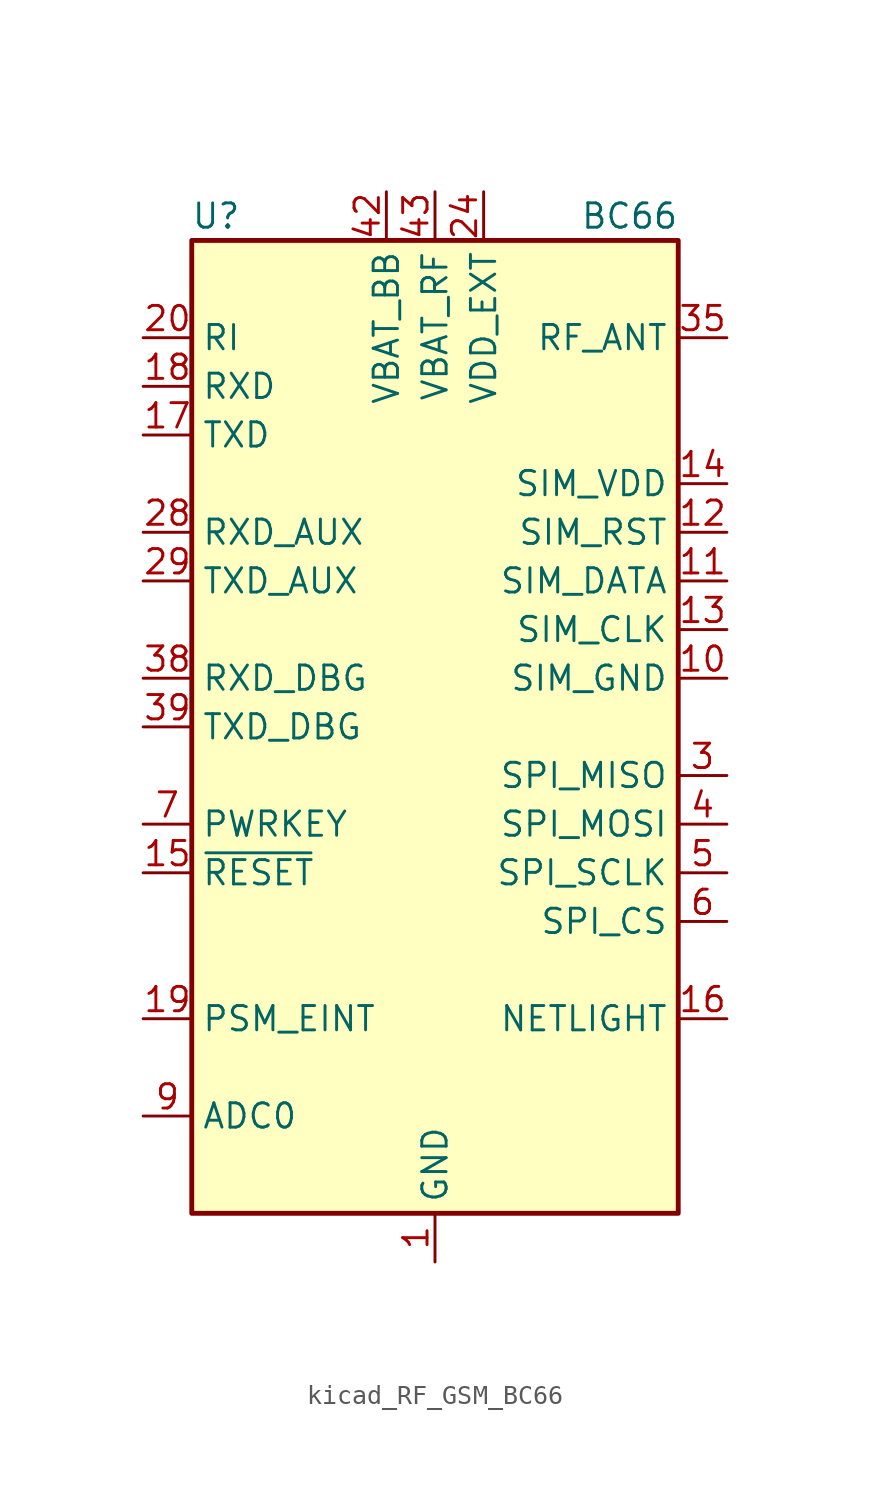
<source format=kicad_sym>
(kicad_symbol_lib
  (version 20220914)
  (generator kicad_symbol_editor)
  (symbol "kicad_RF_GSM_BC66"
    (property "Reference" "U"
      (at -11.43 26.67 0)
      (effects (font (size 1.27 1.27))))
    (property "Value" "BC66"
      (at 10.16 26.67 0)
      (effects (font (size 1.27 1.27))))
    (symbol "kicad_RF_GSM_BC66_0_1"
      (rectangle (start -12.7 25.4) (end 12.7 -25.4) (stroke (width 0.254) (type default)) (fill (type background))))
    (symbol "kicad_RF_GSM_BC66_1_1"
      (pin power_in line (at 0 -27.94 90) (length 2.54) (name "GND" (effects (font (size 1.27 1.27)))) (number "1" (effects (font (size 1.27 1.27)))))
      (pin power_out line (at 15.24 2.54 180) (length 2.54) (name "SIM_GND" (effects (font (size 1.27 1.27)))) (number "10" (effects (font (size 1.27 1.27)))))
      (pin bidirectional line (at 15.24 7.62 180) (length 2.54) (name "SIM_DATA" (effects (font (size 1.27 1.27)))) (number "11" (effects (font (size 1.27 1.27)))))
      (pin output line (at 15.24 10.16 180) (length 2.54) (name "SIM_RST" (effects (font (size 1.27 1.27)))) (number "12" (effects (font (size 1.27 1.27)))))
      (pin output line (at 15.24 5.08 180) (length 2.54) (name "SIM_CLK" (effects (font (size 1.27 1.27)))) (number "13" (effects (font (size 1.27 1.27)))))
      (pin power_out line (at 15.24 12.7 180) (length 2.54) (name "SIM_VDD" (effects (font (size 1.27 1.27)))) (number "14" (effects (font (size 1.27 1.27)))))
      (pin input line (at -15.24 -7.62 0) (length 2.54) (name "~{RESET}" (effects (font (size 1.27 1.27)))) (number "15" (effects (font (size 1.27 1.27)))))
      (pin output line (at 15.24 -15.24 180) (length 2.54) (name "NETLIGHT" (effects (font (size 1.27 1.27)))) (number "16" (effects (font (size 1.27 1.27)))))
      (pin output line (at -15.24 15.24 0) (length 2.54) (name "TXD" (effects (font (size 1.27 1.27)))) (number "17" (effects (font (size 1.27 1.27)))))
      (pin input line (at -15.24 17.78 0) (length 2.54) (name "RXD" (effects (font (size 1.27 1.27)))) (number "18" (effects (font (size 1.27 1.27)))))
      (pin input line (at -15.24 -15.24 0) (length 2.54) (name "PSM_EINT" (effects (font (size 1.27 1.27)))) (number "19" (effects (font (size 1.27 1.27)))))
      (pin no_connect line (at -5.08 25.4 270) (length 2.54) hide (name "RESERVED" (effects (font (size 1.27 1.27)))) (number "2" (effects (font (size 1.27 1.27)))))
      (pin output line (at -15.24 20.32 0) (length 2.54) (name "RI" (effects (font (size 1.27 1.27)))) (number "20" (effects (font (size 1.27 1.27)))))
      (pin no_connect line (at -12.7 12.7 0) (length 2.54) hide (name "RESERVED" (effects (font (size 1.27 1.27)))) (number "21" (effects (font (size 1.27 1.27)))))
      (pin no_connect line (at -12.7 5.08 0) (length 2.54) hide (name "RESERVED" (effects (font (size 1.27 1.27)))) (number "22" (effects (font (size 1.27 1.27)))))
      (pin no_connect line (at -12.7 -2.54 0) (length 2.54) hide (name "RESERVED" (effects (font (size 1.27 1.27)))) (number "23" (effects (font (size 1.27 1.27)))))
      (pin power_out line (at 2.54 27.94 270) (length 2.54) (name "VDD_EXT" (effects (font (size 1.27 1.27)))) (number "24" (effects (font (size 1.27 1.27)))))
      (pin no_connect line (at -12.7 -10.16 0) (length 2.54) hide (name "RESERVED" (effects (font (size 1.27 1.27)))) (number "25" (effects (font (size 1.27 1.27)))))
      (pin no_connect line (at -12.7 -17.78 0) (length 2.54) hide (name "RESERVED" (effects (font (size 1.27 1.27)))) (number "26" (effects (font (size 1.27 1.27)))))
      (pin passive line (at 0 -27.94 90) (length 2.54) hide (name "GND" (effects (font (size 1.27 1.27)))) (number "27" (effects (font (size 1.27 1.27)))))
      (pin input line (at -15.24 10.16 0) (length 2.54) (name "RXD_AUX" (effects (font (size 1.27 1.27)))) (number "28" (effects (font (size 1.27 1.27)))))
      (pin output line (at -15.24 7.62 0) (length 2.54) (name "TXD_AUX" (effects (font (size 1.27 1.27)))) (number "29" (effects (font (size 1.27 1.27)))))
      (pin input line (at 15.24 -2.54 180) (length 2.54) (name "SPI_MISO" (effects (font (size 1.27 1.27)))) (number "3" (effects (font (size 1.27 1.27)))))
      (pin no_connect line (at -12.7 -22.86 0) (length 2.54) hide (name "RESERVED" (effects (font (size 1.27 1.27)))) (number "30" (effects (font (size 1.27 1.27)))))
      (pin no_connect line (at -10.16 -25.4 90) (length 2.54) hide (name "RESERVED" (effects (font (size 1.27 1.27)))) (number "31" (effects (font (size 1.27 1.27)))))
      (pin no_connect line (at -7.62 -25.4 90) (length 2.54) hide (name "RESERVED" (effects (font (size 1.27 1.27)))) (number "32" (effects (font (size 1.27 1.27)))))
      (pin no_connect line (at -5.08 -25.4 90) (length 2.54) hide (name "RESERVED" (effects (font (size 1.27 1.27)))) (number "33" (effects (font (size 1.27 1.27)))))
      (pin passive line (at 0 -27.94 90) (length 2.54) hide (name "GND" (effects (font (size 1.27 1.27)))) (number "34" (effects (font (size 1.27 1.27)))))
      (pin passive line (at 15.24 20.32 180) (length 2.54) (name "RF_ANT" (effects (font (size 1.27 1.27)))) (number "35" (effects (font (size 1.27 1.27)))))
      (pin passive line (at 0 -27.94 90) (length 2.54) hide (name "GND" (effects (font (size 1.27 1.27)))) (number "36" (effects (font (size 1.27 1.27)))))
      (pin passive line (at 0 -27.94 90) (length 2.54) hide (name "GND" (effects (font (size 1.27 1.27)))) (number "37" (effects (font (size 1.27 1.27)))))
      (pin input line (at -15.24 2.54 0) (length 2.54) (name "RXD_DBG" (effects (font (size 1.27 1.27)))) (number "38" (effects (font (size 1.27 1.27)))))
      (pin output line (at -15.24 0 0) (length 2.54) (name "TXD_DBG" (effects (font (size 1.27 1.27)))) (number "39" (effects (font (size 1.27 1.27)))))
      (pin output line (at 15.24 -5.08 180) (length 2.54) (name "SPI_MOSI" (effects (font (size 1.27 1.27)))) (number "4" (effects (font (size 1.27 1.27)))))
      (pin passive line (at 0 -27.94 90) (length 2.54) hide (name "GND" (effects (font (size 1.27 1.27)))) (number "40" (effects (font (size 1.27 1.27)))))
      (pin passive line (at 0 -27.94 90) (length 2.54) hide (name "GND" (effects (font (size 1.27 1.27)))) (number "41" (effects (font (size 1.27 1.27)))))
      (pin power_in line (at -2.54 27.94 270) (length 2.54) (name "VBAT_BB" (effects (font (size 1.27 1.27)))) (number "42" (effects (font (size 1.27 1.27)))))
      (pin power_in line (at 0 27.94 270) (length 2.54) (name "VBAT_RF" (effects (font (size 1.27 1.27)))) (number "43" (effects (font (size 1.27 1.27)))))
      (pin no_connect line (at -2.54 -25.4 90) (length 2.54) hide (name "RESERVED" (effects (font (size 1.27 1.27)))) (number "44" (effects (font (size 1.27 1.27)))))
      (pin no_connect line (at 5.08 -25.4 90) (length 2.54) hide (name "RESERVED" (effects (font (size 1.27 1.27)))) (number "45" (effects (font (size 1.27 1.27)))))
      (pin no_connect line (at 7.62 -25.4 90) (length 2.54) hide (name "RESERVED" (effects (font (size 1.27 1.27)))) (number "46" (effects (font (size 1.27 1.27)))))
      (pin no_connect line (at 10.16 -25.4 90) (length 2.54) hide (name "RESERVED" (effects (font (size 1.27 1.27)))) (number "47" (effects (font (size 1.27 1.27)))))
      (pin no_connect line (at 12.7 -22.86 180) (length 2.54) hide (name "RESERVED" (effects (font (size 1.27 1.27)))) (number "48" (effects (font (size 1.27 1.27)))))
      (pin no_connect line (at 12.7 -20.32 180) (length 2.54) hide (name "RESERVED" (effects (font (size 1.27 1.27)))) (number "49" (effects (font (size 1.27 1.27)))))
      (pin output line (at 15.24 -7.62 180) (length 2.54) (name "SPI_SCLK" (effects (font (size 1.27 1.27)))) (number "5" (effects (font (size 1.27 1.27)))))
      (pin no_connect line (at 12.7 -17.78 180) (length 2.54) hide (name "RESERVED" (effects (font (size 1.27 1.27)))) (number "50" (effects (font (size 1.27 1.27)))))
      (pin no_connect line (at -12.7 -12.7 0) (length 2.54) hide (name "RESERVED" (effects (font (size 1.27 1.27)))) (number "51" (effects (font (size 1.27 1.27)))))
      (pin no_connect line (at 12.7 -12.7 180) (length 2.54) hide (name "RESERVED" (effects (font (size 1.27 1.27)))) (number "52" (effects (font (size 1.27 1.27)))))
      (pin no_connect line (at 12.7 0 180) (length 2.54) hide (name "RESERVED" (effects (font (size 1.27 1.27)))) (number "53" (effects (font (size 1.27 1.27)))))
      (pin no_connect line (at 2.54 -25.4 90) (length 2.54) hide (name "RESERVED" (effects (font (size 1.27 1.27)))) (number "54" (effects (font (size 1.27 1.27)))))
      (pin no_connect line (at 12.7 17.78 180) (length 2.54) hide (name "RESERVED" (effects (font (size 1.27 1.27)))) (number "55" (effects (font (size 1.27 1.27)))))
      (pin no_connect line (at 12.7 15.24 180) (length 2.54) hide (name "RESERVED" (effects (font (size 1.27 1.27)))) (number "56" (effects (font (size 1.27 1.27)))))
      (pin no_connect line (at 12.7 22.86 180) (length 2.54) hide (name "RESERVED" (effects (font (size 1.27 1.27)))) (number "57" (effects (font (size 1.27 1.27)))))
      (pin no_connect line (at 5.08 25.4 270) (length 2.54) hide (name "RESERVED" (effects (font (size 1.27 1.27)))) (number "58" (effects (font (size 1.27 1.27)))))
      (pin output line (at 15.24 -10.16 180) (length 2.54) (name "SPI_CS" (effects (font (size 1.27 1.27)))) (number "6" (effects (font (size 1.27 1.27)))))
      (pin input line (at -15.24 -5.08 0) (length 2.54) (name "PWRKEY" (effects (font (size 1.27 1.27)))) (number "7" (effects (font (size 1.27 1.27)))))
      (pin no_connect line (at -12.7 22.86 0) (length 2.54) hide (name "RESERVED" (effects (font (size 1.27 1.27)))) (number "8" (effects (font (size 1.27 1.27)))))
      (pin input line (at -15.24 -20.32 0) (length 2.54) (name "ADC0" (effects (font (size 1.27 1.27)))) (number "9" (effects (font (size 1.27 1.27))))))))
</source>
